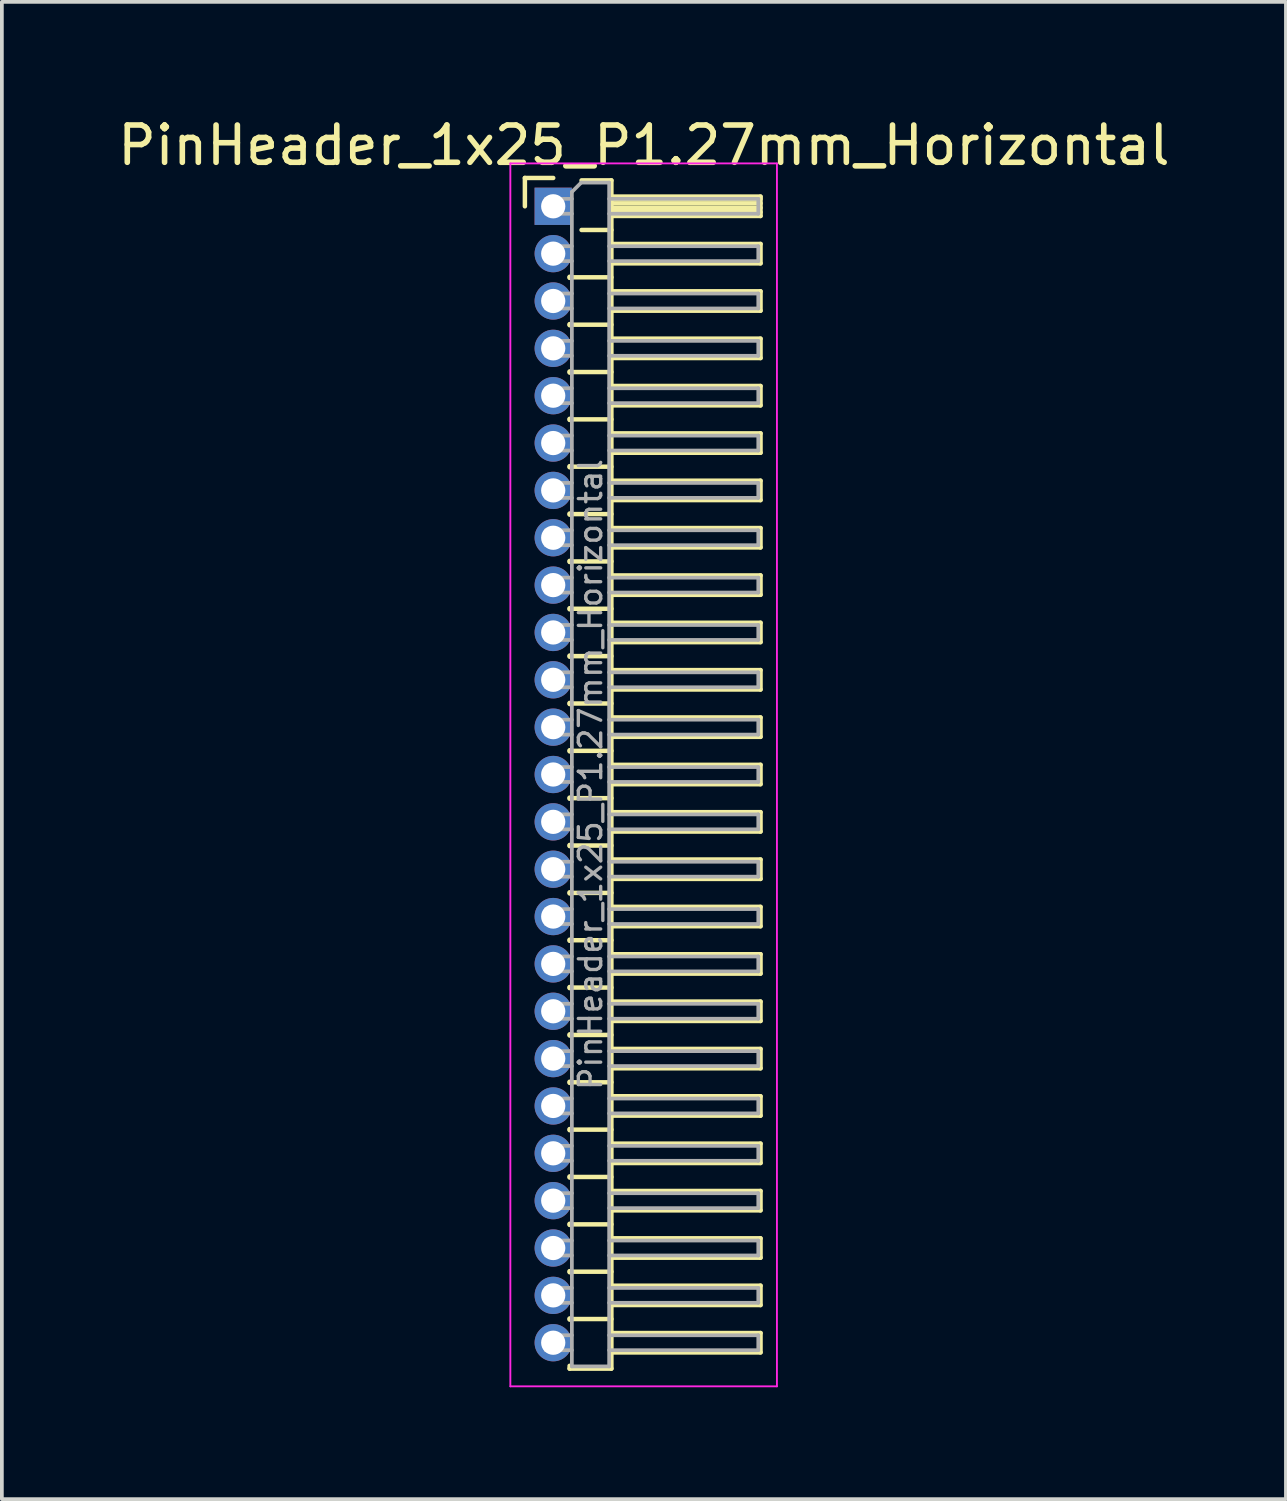
<source format=kicad_pcb>
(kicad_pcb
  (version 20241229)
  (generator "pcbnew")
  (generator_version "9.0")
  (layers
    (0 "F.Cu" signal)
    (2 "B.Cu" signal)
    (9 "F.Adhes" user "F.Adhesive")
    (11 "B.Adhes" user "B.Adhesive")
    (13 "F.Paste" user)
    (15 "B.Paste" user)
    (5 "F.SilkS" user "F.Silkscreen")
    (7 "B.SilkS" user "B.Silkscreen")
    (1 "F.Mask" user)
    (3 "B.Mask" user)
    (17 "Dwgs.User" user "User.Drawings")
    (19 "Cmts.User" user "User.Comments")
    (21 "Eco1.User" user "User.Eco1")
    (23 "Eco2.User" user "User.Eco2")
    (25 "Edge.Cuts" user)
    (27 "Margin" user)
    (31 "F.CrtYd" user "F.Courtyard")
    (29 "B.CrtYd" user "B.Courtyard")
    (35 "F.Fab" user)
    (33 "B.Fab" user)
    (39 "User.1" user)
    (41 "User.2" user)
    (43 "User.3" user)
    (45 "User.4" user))
  (footprint "PinHeader_1x25_P1.27mm_Horizontal"
    (layer "F.Cu")
    (at 11.788 2.483)
    (property "Reference" "PinHeader_1x25_P1.27mm_Horizontal" (at 2.433 -1.635 0) (layer "F.SilkS") (effects (font (size 1 1) (thickness 0.15))))
    (attr through_hole)
    (fp_line (start -0.76 -0.76) (end 0 -0.76) (stroke (width 0.12) (type solid)) (layer "F.SilkS"))
    (fp_line (start -0.76 0) (end -0.76 -0.76) (stroke (width 0.12) (type solid)) (layer "F.SilkS"))
    (fp_line (start 0.44 1.89) (end 0.44 1.92) (stroke (width 0.12) (type solid)) (layer "F.SilkS"))
    (fp_line (start 0.44 1.905) (end 1.56 1.905) (stroke (width 0.12) (type solid)) (layer "F.SilkS"))
    (fp_line (start 0.44 3.16) (end 0.44 3.19) (stroke (width 0.12) (type solid)) (layer "F.SilkS"))
    (fp_line (start 0.44 3.175) (end 1.56 3.175) (stroke (width 0.12) (type solid)) (layer "F.SilkS"))
    (fp_line (start 0.44 4.43) (end 0.44 4.46) (stroke (width 0.12) (type solid)) (layer "F.SilkS"))
    (fp_line (start 0.44 4.445) (end 1.56 4.445) (stroke (width 0.12) (type solid)) (layer "F.SilkS"))
    (fp_line (start 0.44 5.7) (end 0.44 5.73) (stroke (width 0.12) (type solid)) (layer "F.SilkS"))
    (fp_line (start 0.44 5.715) (end 1.56 5.715) (stroke (width 0.12) (type solid)) (layer "F.SilkS"))
    (fp_line (start 0.44 6.97) (end 0.44 7) (stroke (width 0.12) (type solid)) (layer "F.SilkS"))
    (fp_line (start 0.44 6.985) (end 1.56 6.985) (stroke (width 0.12) (type solid)) (layer "F.SilkS"))
    (fp_line (start 0.44 8.24) (end 0.44 8.27) (stroke (width 0.12) (type solid)) (layer "F.SilkS"))
    (fp_line (start 0.44 8.255) (end 1.56 8.255) (stroke (width 0.12) (type solid)) (layer "F.SilkS"))
    (fp_line (start 0.44 9.51) (end 0.44 9.54) (stroke (width 0.12) (type solid)) (layer "F.SilkS"))
    (fp_line (start 0.44 9.525) (end 1.56 9.525) (stroke (width 0.12) (type solid)) (layer "F.SilkS"))
    (fp_line (start 0.44 10.78) (end 0.44 10.81) (stroke (width 0.12) (type solid)) (layer "F.SilkS"))
    (fp_line (start 0.44 10.795) (end 1.56 10.795) (stroke (width 0.12) (type solid)) (layer "F.SilkS"))
    (fp_line (start 0.44 12.05) (end 0.44 12.08) (stroke (width 0.12) (type solid)) (layer "F.SilkS"))
    (fp_line (start 0.44 12.065) (end 1.56 12.065) (stroke (width 0.12) (type solid)) (layer "F.SilkS"))
    (fp_line (start 0.44 13.32) (end 0.44 13.35) (stroke (width 0.12) (type solid)) (layer "F.SilkS"))
    (fp_line (start 0.44 13.335) (end 1.56 13.335) (stroke (width 0.12) (type solid)) (layer "F.SilkS"))
    (fp_line (start 0.44 14.59) (end 0.44 14.62) (stroke (width 0.12) (type solid)) (layer "F.SilkS"))
    (fp_line (start 0.44 14.605) (end 1.56 14.605) (stroke (width 0.12) (type solid)) (layer "F.SilkS"))
    (fp_line (start 0.44 15.86) (end 0.44 15.89) (stroke (width 0.12) (type solid)) (layer "F.SilkS"))
    (fp_line (start 0.44 15.875) (end 1.56 15.875) (stroke (width 0.12) (type solid)) (layer "F.SilkS"))
    (fp_line (start 0.44 17.13) (end 0.44 17.16) (stroke (width 0.12) (type solid)) (layer "F.SilkS"))
    (fp_line (start 0.44 17.145) (end 1.56 17.145) (stroke (width 0.12) (type solid)) (layer "F.SilkS"))
    (fp_line (start 0.44 18.4) (end 0.44 18.43) (stroke (width 0.12) (type solid)) (layer "F.SilkS"))
    (fp_line (start 0.44 18.415) (end 1.56 18.415) (stroke (width 0.12) (type solid)) (layer "F.SilkS"))
    (fp_line (start 0.44 19.67) (end 0.44 19.7) (stroke (width 0.12) (type solid)) (layer "F.SilkS"))
    (fp_line (start 0.44 19.685) (end 1.56 19.685) (stroke (width 0.12) (type solid)) (layer "F.SilkS"))
    (fp_line (start 0.44 20.94) (end 0.44 20.97) (stroke (width 0.12) (type solid)) (layer "F.SilkS"))
    (fp_line (start 0.44 20.955) (end 1.56 20.955) (stroke (width 0.12) (type solid)) (layer "F.SilkS"))
    (fp_line (start 0.44 22.21) (end 0.44 22.24) (stroke (width 0.12) (type solid)) (layer "F.SilkS"))
    (fp_line (start 0.44 22.225) (end 1.56 22.225) (stroke (width 0.12) (type solid)) (layer "F.SilkS"))
    (fp_line (start 0.44 23.48) (end 0.44 23.51) (stroke (width 0.12) (type solid)) (layer "F.SilkS"))
    (fp_line (start 0.44 23.495) (end 1.56 23.495) (stroke (width 0.12) (type solid)) (layer "F.SilkS"))
    (fp_line (start 0.44 24.75) (end 0.44 24.78) (stroke (width 0.12) (type solid)) (layer "F.SilkS"))
    (fp_line (start 0.44 24.765) (end 1.56 24.765) (stroke (width 0.12) (type solid)) (layer "F.SilkS"))
    (fp_line (start 0.44 26.02) (end 0.44 26.05) (stroke (width 0.12) (type solid)) (layer "F.SilkS"))
    (fp_line (start 0.44 26.035) (end 1.56 26.035) (stroke (width 0.12) (type solid)) (layer "F.SilkS"))
    (fp_line (start 0.44 27.29) (end 0.44 27.32) (stroke (width 0.12) (type solid)) (layer "F.SilkS"))
    (fp_line (start 0.44 27.305) (end 1.56 27.305) (stroke (width 0.12) (type solid)) (layer "F.SilkS"))
    (fp_line (start 0.44 28.56) (end 0.44 28.59) (stroke (width 0.12) (type solid)) (layer "F.SilkS"))
    (fp_line (start 0.44 28.575) (end 1.56 28.575) (stroke (width 0.12) (type solid)) (layer "F.SilkS"))
    (fp_line (start 0.44 29.83) (end 0.44 29.86) (stroke (width 0.12) (type solid)) (layer "F.SilkS"))
    (fp_line (start 0.44 29.845) (end 1.56 29.845) (stroke (width 0.12) (type solid)) (layer "F.SilkS"))
    (fp_line (start 0.44 31.175) (end 0.44 31.1) (stroke (width 0.12) (type solid)) (layer "F.SilkS"))
    (fp_line (start 0.76 -0.695) (end 1.56 -0.695) (stroke (width 0.12) (type solid)) (layer "F.SilkS"))
    (fp_line (start 0.76 0.635) (end 1.56 0.635) (stroke (width 0.12) (type solid)) (layer "F.SilkS"))
    (fp_line (start 1.56 -0.695) (end 1.56 31.175) (stroke (width 0.12) (type solid)) (layer "F.SilkS"))
    (fp_line (start 1.56 -0.26) (end 5.56 -0.26) (stroke (width 0.12) (type solid)) (layer "F.SilkS"))
    (fp_line (start 1.56 -0.2) (end 5.56 -0.2) (stroke (width 0.12) (type solid)) (layer "F.SilkS"))
    (fp_line (start 1.56 -0.08) (end 5.56 -0.08) (stroke (width 0.12) (type solid)) (layer "F.SilkS"))
    (fp_line (start 1.56 0.04) (end 5.56 0.04) (stroke (width 0.12) (type solid)) (layer "F.SilkS"))
    (fp_line (start 1.56 0.16) (end 5.56 0.16) (stroke (width 0.12) (type solid)) (layer "F.SilkS"))
    (fp_line (start 1.56 1.01) (end 5.56 1.01) (stroke (width 0.12) (type solid)) (layer "F.SilkS"))
    (fp_line (start 1.56 2.28) (end 5.56 2.28) (stroke (width 0.12) (type solid)) (layer "F.SilkS"))
    (fp_line (start 1.56 3.55) (end 5.56 3.55) (stroke (width 0.12) (type solid)) (layer "F.SilkS"))
    (fp_line (start 1.56 4.82) (end 5.56 4.82) (stroke (width 0.12) (type solid)) (layer "F.SilkS"))
    (fp_line (start 1.56 6.09) (end 5.56 6.09) (stroke (width 0.12) (type solid)) (layer "F.SilkS"))
    (fp_line (start 1.56 7.36) (end 5.56 7.36) (stroke (width 0.12) (type solid)) (layer "F.SilkS"))
    (fp_line (start 1.56 8.63) (end 5.56 8.63) (stroke (width 0.12) (type solid)) (layer "F.SilkS"))
    (fp_line (start 1.56 9.9) (end 5.56 9.9) (stroke (width 0.12) (type solid)) (layer "F.SilkS"))
    (fp_line (start 1.56 11.17) (end 5.56 11.17) (stroke (width 0.12) (type solid)) (layer "F.SilkS"))
    (fp_line (start 1.56 12.44) (end 5.56 12.44) (stroke (width 0.12) (type solid)) (layer "F.SilkS"))
    (fp_line (start 1.56 13.71) (end 5.56 13.71) (stroke (width 0.12) (type solid)) (layer "F.SilkS"))
    (fp_line (start 1.56 14.98) (end 5.56 14.98) (stroke (width 0.12) (type solid)) (layer "F.SilkS"))
    (fp_line (start 1.56 16.25) (end 5.56 16.25) (stroke (width 0.12) (type solid)) (layer "F.SilkS"))
    (fp_line (start 1.56 17.52) (end 5.56 17.52) (stroke (width 0.12) (type solid)) (layer "F.SilkS"))
    (fp_line (start 1.56 18.79) (end 5.56 18.79) (stroke (width 0.12) (type solid)) (layer "F.SilkS"))
    (fp_line (start 1.56 20.06) (end 5.56 20.06) (stroke (width 0.12) (type solid)) (layer "F.SilkS"))
    (fp_line (start 1.56 21.33) (end 5.56 21.33) (stroke (width 0.12) (type solid)) (layer "F.SilkS"))
    (fp_line (start 1.56 22.6) (end 5.56 22.6) (stroke (width 0.12) (type solid)) (layer "F.SilkS"))
    (fp_line (start 1.56 23.87) (end 5.56 23.87) (stroke (width 0.12) (type solid)) (layer "F.SilkS"))
    (fp_line (start 1.56 25.14) (end 5.56 25.14) (stroke (width 0.12) (type solid)) (layer "F.SilkS"))
    (fp_line (start 1.56 26.41) (end 5.56 26.41) (stroke (width 0.12) (type solid)) (layer "F.SilkS"))
    (fp_line (start 1.56 27.68) (end 5.56 27.68) (stroke (width 0.12) (type solid)) (layer "F.SilkS"))
    (fp_line (start 1.56 28.95) (end 5.56 28.95) (stroke (width 0.12) (type solid)) (layer "F.SilkS"))
    (fp_line (start 1.56 30.22) (end 5.56 30.22) (stroke (width 0.12) (type solid)) (layer "F.SilkS"))
    (fp_line (start 1.56 31.175) (end 0.44 31.175) (stroke (width 0.12) (type solid)) (layer "F.SilkS"))
    (fp_line (start 5.56 -0.26) (end 5.56 0.26) (stroke (width 0.12) (type solid)) (layer "F.SilkS"))
    (fp_line (start 5.56 0.26) (end 1.56 0.26) (stroke (width 0.12) (type solid)) (layer "F.SilkS"))
    (fp_line (start 5.56 1.01) (end 5.56 1.53) (stroke (width 0.12) (type solid)) (layer "F.SilkS"))
    (fp_line (start 5.56 1.53) (end 1.56 1.53) (stroke (width 0.12) (type solid)) (layer "F.SilkS"))
    (fp_line (start 5.56 2.28) (end 5.56 2.8) (stroke (width 0.12) (type solid)) (layer "F.SilkS"))
    (fp_line (start 5.56 2.8) (end 1.56 2.8) (stroke (width 0.12) (type solid)) (layer "F.SilkS"))
    (fp_line (start 5.56 3.55) (end 5.56 4.07) (stroke (width 0.12) (type solid)) (layer "F.SilkS"))
    (fp_line (start 5.56 4.07) (end 1.56 4.07) (stroke (width 0.12) (type solid)) (layer "F.SilkS"))
    (fp_line (start 5.56 4.82) (end 5.56 5.34) (stroke (width 0.12) (type solid)) (layer "F.SilkS"))
    (fp_line (start 5.56 5.34) (end 1.56 5.34) (stroke (width 0.12) (type solid)) (layer "F.SilkS"))
    (fp_line (start 5.56 6.09) (end 5.56 6.61) (stroke (width 0.12) (type solid)) (layer "F.SilkS"))
    (fp_line (start 5.56 6.61) (end 1.56 6.61) (stroke (width 0.12) (type solid)) (layer "F.SilkS"))
    (fp_line (start 5.56 7.36) (end 5.56 7.88) (stroke (width 0.12) (type solid)) (layer "F.SilkS"))
    (fp_line (start 5.56 7.88) (end 1.56 7.88) (stroke (width 0.12) (type solid)) (layer "F.SilkS"))
    (fp_line (start 5.56 8.63) (end 5.56 9.15) (stroke (width 0.12) (type solid)) (layer "F.SilkS"))
    (fp_line (start 5.56 9.15) (end 1.56 9.15) (stroke (width 0.12) (type solid)) (layer "F.SilkS"))
    (fp_line (start 5.56 9.9) (end 5.56 10.42) (stroke (width 0.12) (type solid)) (layer "F.SilkS"))
    (fp_line (start 5.56 10.42) (end 1.56 10.42) (stroke (width 0.12) (type solid)) (layer "F.SilkS"))
    (fp_line (start 5.56 11.17) (end 5.56 11.69) (stroke (width 0.12) (type solid)) (layer "F.SilkS"))
    (fp_line (start 5.56 11.69) (end 1.56 11.69) (stroke (width 0.12) (type solid)) (layer "F.SilkS"))
    (fp_line (start 5.56 12.44) (end 5.56 12.96) (stroke (width 0.12) (type solid)) (layer "F.SilkS"))
    (fp_line (start 5.56 12.96) (end 1.56 12.96) (stroke (width 0.12) (type solid)) (layer "F.SilkS"))
    (fp_line (start 5.56 13.71) (end 5.56 14.23) (stroke (width 0.12) (type solid)) (layer "F.SilkS"))
    (fp_line (start 5.56 14.23) (end 1.56 14.23) (stroke (width 0.12) (type solid)) (layer "F.SilkS"))
    (fp_line (start 5.56 14.98) (end 5.56 15.5) (stroke (width 0.12) (type solid)) (layer "F.SilkS"))
    (fp_line (start 5.56 15.5) (end 1.56 15.5) (stroke (width 0.12) (type solid)) (layer "F.SilkS"))
    (fp_line (start 5.56 16.25) (end 5.56 16.77) (stroke (width 0.12) (type solid)) (layer "F.SilkS"))
    (fp_line (start 5.56 16.77) (end 1.56 16.77) (stroke (width 0.12) (type solid)) (layer "F.SilkS"))
    (fp_line (start 5.56 17.52) (end 5.56 18.04) (stroke (width 0.12) (type solid)) (layer "F.SilkS"))
    (fp_line (start 5.56 18.04) (end 1.56 18.04) (stroke (width 0.12) (type solid)) (layer "F.SilkS"))
    (fp_line (start 5.56 18.79) (end 5.56 19.31) (stroke (width 0.12) (type solid)) (layer "F.SilkS"))
    (fp_line (start 5.56 19.31) (end 1.56 19.31) (stroke (width 0.12) (type solid)) (layer "F.SilkS"))
    (fp_line (start 5.56 20.06) (end 5.56 20.58) (stroke (width 0.12) (type solid)) (layer "F.SilkS"))
    (fp_line (start 5.56 20.58) (end 1.56 20.58) (stroke (width 0.12) (type solid)) (layer "F.SilkS"))
    (fp_line (start 5.56 21.33) (end 5.56 21.85) (stroke (width 0.12) (type solid)) (layer "F.SilkS"))
    (fp_line (start 5.56 21.85) (end 1.56 21.85) (stroke (width 0.12) (type solid)) (layer "F.SilkS"))
    (fp_line (start 5.56 22.6) (end 5.56 23.12) (stroke (width 0.12) (type solid)) (layer "F.SilkS"))
    (fp_line (start 5.56 23.12) (end 1.56 23.12) (stroke (width 0.12) (type solid)) (layer "F.SilkS"))
    (fp_line (start 5.56 23.87) (end 5.56 24.39) (stroke (width 0.12) (type solid)) (layer "F.SilkS"))
    (fp_line (start 5.56 24.39) (end 1.56 24.39) (stroke (width 0.12) (type solid)) (layer "F.SilkS"))
    (fp_line (start 5.56 25.14) (end 5.56 25.66) (stroke (width 0.12) (type solid)) (layer "F.SilkS"))
    (fp_line (start 5.56 25.66) (end 1.56 25.66) (stroke (width 0.12) (type solid)) (layer "F.SilkS"))
    (fp_line (start 5.56 26.41) (end 5.56 26.93) (stroke (width 0.12) (type solid)) (layer "F.SilkS"))
    (fp_line (start 5.56 26.93) (end 1.56 26.93) (stroke (width 0.12) (type solid)) (layer "F.SilkS"))
    (fp_line (start 5.56 27.68) (end 5.56 28.2) (stroke (width 0.12) (type solid)) (layer "F.SilkS"))
    (fp_line (start 5.56 28.2) (end 1.56 28.2) (stroke (width 0.12) (type solid)) (layer "F.SilkS"))
    (fp_line (start 5.56 28.95) (end 5.56 29.47) (stroke (width 0.12) (type solid)) (layer "F.SilkS"))
    (fp_line (start 5.56 29.47) (end 1.56 29.47) (stroke (width 0.12) (type solid)) (layer "F.SilkS"))
    (fp_line (start 5.56 30.22) (end 5.56 30.74) (stroke (width 0.12) (type solid)) (layer "F.SilkS"))
    (fp_line (start 5.56 30.74) (end 1.56 30.74) (stroke (width 0.12) (type solid)) (layer "F.SilkS"))
    (fp_line (start -1.15 -1.15) (end -1.15 31.65) (stroke (width 0.05) (type solid)) (layer "F.CrtYd"))
    (fp_line (start -1.15 31.65) (end 6 31.65) (stroke (width 0.05) (type solid)) (layer "F.CrtYd"))
    (fp_line (start 6 -1.15) (end -1.15 -1.15) (stroke (width 0.05) (type solid)) (layer "F.CrtYd"))
    (fp_line (start 6 31.65) (end 6 -1.15) (stroke (width 0.05) (type solid)) (layer "F.CrtYd"))
    (fp_line (start -0.2 -0.2) (end -0.2 0.2) (stroke (width 0.1) (type solid)) (layer "F.Fab"))
    (fp_line (start -0.2 -0.2) (end 0.5 -0.2) (stroke (width 0.1) (type solid)) (layer "F.Fab"))
    (fp_line (start -0.2 0.2) (end 0.5 0.2) (stroke (width 0.1) (type solid)) (layer "F.Fab"))
    (fp_line (start -0.2 1.07) (end -0.2 1.47) (stroke (width 0.1) (type solid)) (layer "F.Fab"))
    (fp_line (start -0.2 1.07) (end 0.5 1.07) (stroke (width 0.1) (type solid)) (layer "F.Fab"))
    (fp_line (start -0.2 1.47) (end 0.5 1.47) (stroke (width 0.1) (type solid)) (layer "F.Fab"))
    (fp_line (start -0.2 2.34) (end -0.2 2.74) (stroke (width 0.1) (type solid)) (layer "F.Fab"))
    (fp_line (start -0.2 2.34) (end 0.5 2.34) (stroke (width 0.1) (type solid)) (layer "F.Fab"))
    (fp_line (start -0.2 2.74) (end 0.5 2.74) (stroke (width 0.1) (type solid)) (layer "F.Fab"))
    (fp_line (start -0.2 3.61) (end -0.2 4.01) (stroke (width 0.1) (type solid)) (layer "F.Fab"))
    (fp_line (start -0.2 3.61) (end 0.5 3.61) (stroke (width 0.1) (type solid)) (layer "F.Fab"))
    (fp_line (start -0.2 4.01) (end 0.5 4.01) (stroke (width 0.1) (type solid)) (layer "F.Fab"))
    (fp_line (start -0.2 4.88) (end -0.2 5.28) (stroke (width 0.1) (type solid)) (layer "F.Fab"))
    (fp_line (start -0.2 4.88) (end 0.5 4.88) (stroke (width 0.1) (type solid)) (layer "F.Fab"))
    (fp_line (start -0.2 5.28) (end 0.5 5.28) (stroke (width 0.1) (type solid)) (layer "F.Fab"))
    (fp_line (start -0.2 6.15) (end -0.2 6.55) (stroke (width 0.1) (type solid)) (layer "F.Fab"))
    (fp_line (start -0.2 6.15) (end 0.5 6.15) (stroke (width 0.1) (type solid)) (layer "F.Fab"))
    (fp_line (start -0.2 6.55) (end 0.5 6.55) (stroke (width 0.1) (type solid)) (layer "F.Fab"))
    (fp_line (start -0.2 7.42) (end -0.2 7.82) (stroke (width 0.1) (type solid)) (layer "F.Fab"))
    (fp_line (start -0.2 7.42) (end 0.5 7.42) (stroke (width 0.1) (type solid)) (layer "F.Fab"))
    (fp_line (start -0.2 7.82) (end 0.5 7.82) (stroke (width 0.1) (type solid)) (layer "F.Fab"))
    (fp_line (start -0.2 8.69) (end -0.2 9.09) (stroke (width 0.1) (type solid)) (layer "F.Fab"))
    (fp_line (start -0.2 8.69) (end 0.5 8.69) (stroke (width 0.1) (type solid)) (layer "F.Fab"))
    (fp_line (start -0.2 9.09) (end 0.5 9.09) (stroke (width 0.1) (type solid)) (layer "F.Fab"))
    (fp_line (start -0.2 9.96) (end -0.2 10.36) (stroke (width 0.1) (type solid)) (layer "F.Fab"))
    (fp_line (start -0.2 9.96) (end 0.5 9.96) (stroke (width 0.1) (type solid)) (layer "F.Fab"))
    (fp_line (start -0.2 10.36) (end 0.5 10.36) (stroke (width 0.1) (type solid)) (layer "F.Fab"))
    (fp_line (start -0.2 11.23) (end -0.2 11.63) (stroke (width 0.1) (type solid)) (layer "F.Fab"))
    (fp_line (start -0.2 11.23) (end 0.5 11.23) (stroke (width 0.1) (type solid)) (layer "F.Fab"))
    (fp_line (start -0.2 11.63) (end 0.5 11.63) (stroke (width 0.1) (type solid)) (layer "F.Fab"))
    (fp_line (start -0.2 12.5) (end -0.2 12.9) (stroke (width 0.1) (type solid)) (layer "F.Fab"))
    (fp_line (start -0.2 12.5) (end 0.5 12.5) (stroke (width 0.1) (type solid)) (layer "F.Fab"))
    (fp_line (start -0.2 12.9) (end 0.5 12.9) (stroke (width 0.1) (type solid)) (layer "F.Fab"))
    (fp_line (start -0.2 13.77) (end -0.2 14.17) (stroke (width 0.1) (type solid)) (layer "F.Fab"))
    (fp_line (start -0.2 13.77) (end 0.5 13.77) (stroke (width 0.1) (type solid)) (layer "F.Fab"))
    (fp_line (start -0.2 14.17) (end 0.5 14.17) (stroke (width 0.1) (type solid)) (layer "F.Fab"))
    (fp_line (start -0.2 15.04) (end -0.2 15.44) (stroke (width 0.1) (type solid)) (layer "F.Fab"))
    (fp_line (start -0.2 15.04) (end 0.5 15.04) (stroke (width 0.1) (type solid)) (layer "F.Fab"))
    (fp_line (start -0.2 15.44) (end 0.5 15.44) (stroke (width 0.1) (type solid)) (layer "F.Fab"))
    (fp_line (start -0.2 16.31) (end -0.2 16.71) (stroke (width 0.1) (type solid)) (layer "F.Fab"))
    (fp_line (start -0.2 16.31) (end 0.5 16.31) (stroke (width 0.1) (type solid)) (layer "F.Fab"))
    (fp_line (start -0.2 16.71) (end 0.5 16.71) (stroke (width 0.1) (type solid)) (layer "F.Fab"))
    (fp_line (start -0.2 17.58) (end -0.2 17.98) (stroke (width 0.1) (type solid)) (layer "F.Fab"))
    (fp_line (start -0.2 17.58) (end 0.5 17.58) (stroke (width 0.1) (type solid)) (layer "F.Fab"))
    (fp_line (start -0.2 17.98) (end 0.5 17.98) (stroke (width 0.1) (type solid)) (layer "F.Fab"))
    (fp_line (start -0.2 18.85) (end -0.2 19.25) (stroke (width 0.1) (type solid)) (layer "F.Fab"))
    (fp_line (start -0.2 18.85) (end 0.5 18.85) (stroke (width 0.1) (type solid)) (layer "F.Fab"))
    (fp_line (start -0.2 19.25) (end 0.5 19.25) (stroke (width 0.1) (type solid)) (layer "F.Fab"))
    (fp_line (start -0.2 20.12) (end -0.2 20.52) (stroke (width 0.1) (type solid)) (layer "F.Fab"))
    (fp_line (start -0.2 20.12) (end 0.5 20.12) (stroke (width 0.1) (type solid)) (layer "F.Fab"))
    (fp_line (start -0.2 20.52) (end 0.5 20.52) (stroke (width 0.1) (type solid)) (layer "F.Fab"))
    (fp_line (start -0.2 21.39) (end -0.2 21.79) (stroke (width 0.1) (type solid)) (layer "F.Fab"))
    (fp_line (start -0.2 21.39) (end 0.5 21.39) (stroke (width 0.1) (type solid)) (layer "F.Fab"))
    (fp_line (start -0.2 21.79) (end 0.5 21.79) (stroke (width 0.1) (type solid)) (layer "F.Fab"))
    (fp_line (start -0.2 22.66) (end -0.2 23.06) (stroke (width 0.1) (type solid)) (layer "F.Fab"))
    (fp_line (start -0.2 22.66) (end 0.5 22.66) (stroke (width 0.1) (type solid)) (layer "F.Fab"))
    (fp_line (start -0.2 23.06) (end 0.5 23.06) (stroke (width 0.1) (type solid)) (layer "F.Fab"))
    (fp_line (start -0.2 23.93) (end -0.2 24.33) (stroke (width 0.1) (type solid)) (layer "F.Fab"))
    (fp_line (start -0.2 23.93) (end 0.5 23.93) (stroke (width 0.1) (type solid)) (layer "F.Fab"))
    (fp_line (start -0.2 24.33) (end 0.5 24.33) (stroke (width 0.1) (type solid)) (layer "F.Fab"))
    (fp_line (start -0.2 25.2) (end -0.2 25.6) (stroke (width 0.1) (type solid)) (layer "F.Fab"))
    (fp_line (start -0.2 25.2) (end 0.5 25.2) (stroke (width 0.1) (type solid)) (layer "F.Fab"))
    (fp_line (start -0.2 25.6) (end 0.5 25.6) (stroke (width 0.1) (type solid)) (layer "F.Fab"))
    (fp_line (start -0.2 26.47) (end -0.2 26.87) (stroke (width 0.1) (type solid)) (layer "F.Fab"))
    (fp_line (start -0.2 26.47) (end 0.5 26.47) (stroke (width 0.1) (type solid)) (layer "F.Fab"))
    (fp_line (start -0.2 26.87) (end 0.5 26.87) (stroke (width 0.1) (type solid)) (layer "F.Fab"))
    (fp_line (start -0.2 27.74) (end -0.2 28.14) (stroke (width 0.1) (type solid)) (layer "F.Fab"))
    (fp_line (start -0.2 27.74) (end 0.5 27.74) (stroke (width 0.1) (type solid)) (layer "F.Fab"))
    (fp_line (start -0.2 28.14) (end 0.5 28.14) (stroke (width 0.1) (type solid)) (layer "F.Fab"))
    (fp_line (start -0.2 29.01) (end -0.2 29.41) (stroke (width 0.1) (type solid)) (layer "F.Fab"))
    (fp_line (start -0.2 29.01) (end 0.5 29.01) (stroke (width 0.1) (type solid)) (layer "F.Fab"))
    (fp_line (start -0.2 29.41) (end 0.5 29.41) (stroke (width 0.1) (type solid)) (layer "F.Fab"))
    (fp_line (start -0.2 30.28) (end -0.2 30.68) (stroke (width 0.1) (type solid)) (layer "F.Fab"))
    (fp_line (start -0.2 30.28) (end 0.5 30.28) (stroke (width 0.1) (type solid)) (layer "F.Fab"))
    (fp_line (start -0.2 30.68) (end 0.5 30.68) (stroke (width 0.1) (type solid)) (layer "F.Fab"))
    (fp_line (start 0.5 -0.385) (end 0.75 -0.635) (stroke (width 0.1) (type solid)) (layer "F.Fab"))
    (fp_line (start 0.5 31.115) (end 0.5 -0.385) (stroke (width 0.1) (type solid)) (layer "F.Fab"))
    (fp_line (start 0.75 -0.635) (end 1.5 -0.635) (stroke (width 0.1) (type solid)) (layer "F.Fab"))
    (fp_line (start 1.5 -0.635) (end 1.5 31.115) (stroke (width 0.1) (type solid)) (layer "F.Fab"))
    (fp_line (start 1.5 -0.2) (end 5.5 -0.2) (stroke (width 0.1) (type solid)) (layer "F.Fab"))
    (fp_line (start 1.5 0.2) (end 5.5 0.2) (stroke (width 0.1) (type solid)) (layer "F.Fab"))
    (fp_line (start 1.5 1.07) (end 5.5 1.07) (stroke (width 0.1) (type solid)) (layer "F.Fab"))
    (fp_line (start 1.5 1.47) (end 5.5 1.47) (stroke (width 0.1) (type solid)) (layer "F.Fab"))
    (fp_line (start 1.5 2.34) (end 5.5 2.34) (stroke (width 0.1) (type solid)) (layer "F.Fab"))
    (fp_line (start 1.5 2.74) (end 5.5 2.74) (stroke (width 0.1) (type solid)) (layer "F.Fab"))
    (fp_line (start 1.5 3.61) (end 5.5 3.61) (stroke (width 0.1) (type solid)) (layer "F.Fab"))
    (fp_line (start 1.5 4.01) (end 5.5 4.01) (stroke (width 0.1) (type solid)) (layer "F.Fab"))
    (fp_line (start 1.5 4.88) (end 5.5 4.88) (stroke (width 0.1) (type solid)) (layer "F.Fab"))
    (fp_line (start 1.5 5.28) (end 5.5 5.28) (stroke (width 0.1) (type solid)) (layer "F.Fab"))
    (fp_line (start 1.5 6.15) (end 5.5 6.15) (stroke (width 0.1) (type solid)) (layer "F.Fab"))
    (fp_line (start 1.5 6.55) (end 5.5 6.55) (stroke (width 0.1) (type solid)) (layer "F.Fab"))
    (fp_line (start 1.5 7.42) (end 5.5 7.42) (stroke (width 0.1) (type solid)) (layer "F.Fab"))
    (fp_line (start 1.5 7.82) (end 5.5 7.82) (stroke (width 0.1) (type solid)) (layer "F.Fab"))
    (fp_line (start 1.5 8.69) (end 5.5 8.69) (stroke (width 0.1) (type solid)) (layer "F.Fab"))
    (fp_line (start 1.5 9.09) (end 5.5 9.09) (stroke (width 0.1) (type solid)) (layer "F.Fab"))
    (fp_line (start 1.5 9.96) (end 5.5 9.96) (stroke (width 0.1) (type solid)) (layer "F.Fab"))
    (fp_line (start 1.5 10.36) (end 5.5 10.36) (stroke (width 0.1) (type solid)) (layer "F.Fab"))
    (fp_line (start 1.5 11.23) (end 5.5 11.23) (stroke (width 0.1) (type solid)) (layer "F.Fab"))
    (fp_line (start 1.5 11.63) (end 5.5 11.63) (stroke (width 0.1) (type solid)) (layer "F.Fab"))
    (fp_line (start 1.5 12.5) (end 5.5 12.5) (stroke (width 0.1) (type solid)) (layer "F.Fab"))
    (fp_line (start 1.5 12.9) (end 5.5 12.9) (stroke (width 0.1) (type solid)) (layer "F.Fab"))
    (fp_line (start 1.5 13.77) (end 5.5 13.77) (stroke (width 0.1) (type solid)) (layer "F.Fab"))
    (fp_line (start 1.5 14.17) (end 5.5 14.17) (stroke (width 0.1) (type solid)) (layer "F.Fab"))
    (fp_line (start 1.5 15.04) (end 5.5 15.04) (stroke (width 0.1) (type solid)) (layer "F.Fab"))
    (fp_line (start 1.5 15.44) (end 5.5 15.44) (stroke (width 0.1) (type solid)) (layer "F.Fab"))
    (fp_line (start 1.5 16.31) (end 5.5 16.31) (stroke (width 0.1) (type solid)) (layer "F.Fab"))
    (fp_line (start 1.5 16.71) (end 5.5 16.71) (stroke (width 0.1) (type solid)) (layer "F.Fab"))
    (fp_line (start 1.5 17.58) (end 5.5 17.58) (stroke (width 0.1) (type solid)) (layer "F.Fab"))
    (fp_line (start 1.5 17.98) (end 5.5 17.98) (stroke (width 0.1) (type solid)) (layer "F.Fab"))
    (fp_line (start 1.5 18.85) (end 5.5 18.85) (stroke (width 0.1) (type solid)) (layer "F.Fab"))
    (fp_line (start 1.5 19.25) (end 5.5 19.25) (stroke (width 0.1) (type solid)) (layer "F.Fab"))
    (fp_line (start 1.5 20.12) (end 5.5 20.12) (stroke (width 0.1) (type solid)) (layer "F.Fab"))
    (fp_line (start 1.5 20.52) (end 5.5 20.52) (stroke (width 0.1) (type solid)) (layer "F.Fab"))
    (fp_line (start 1.5 21.39) (end 5.5 21.39) (stroke (width 0.1) (type solid)) (layer "F.Fab"))
    (fp_line (start 1.5 21.79) (end 5.5 21.79) (stroke (width 0.1) (type solid)) (layer "F.Fab"))
    (fp_line (start 1.5 22.66) (end 5.5 22.66) (stroke (width 0.1) (type solid)) (layer "F.Fab"))
    (fp_line (start 1.5 23.06) (end 5.5 23.06) (stroke (width 0.1) (type solid)) (layer "F.Fab"))
    (fp_line (start 1.5 23.93) (end 5.5 23.93) (stroke (width 0.1) (type solid)) (layer "F.Fab"))
    (fp_line (start 1.5 24.33) (end 5.5 24.33) (stroke (width 0.1) (type solid)) (layer "F.Fab"))
    (fp_line (start 1.5 25.2) (end 5.5 25.2) (stroke (width 0.1) (type solid)) (layer "F.Fab"))
    (fp_line (start 1.5 25.6) (end 5.5 25.6) (stroke (width 0.1) (type solid)) (layer "F.Fab"))
    (fp_line (start 1.5 26.47) (end 5.5 26.47) (stroke (width 0.1) (type solid)) (layer "F.Fab"))
    (fp_line (start 1.5 26.87) (end 5.5 26.87) (stroke (width 0.1) (type solid)) (layer "F.Fab"))
    (fp_line (start 1.5 27.74) (end 5.5 27.74) (stroke (width 0.1) (type solid)) (layer "F.Fab"))
    (fp_line (start 1.5 28.14) (end 5.5 28.14) (stroke (width 0.1) (type solid)) (layer "F.Fab"))
    (fp_line (start 1.5 29.01) (end 5.5 29.01) (stroke (width 0.1) (type solid)) (layer "F.Fab"))
    (fp_line (start 1.5 29.41) (end 5.5 29.41) (stroke (width 0.1) (type solid)) (layer "F.Fab"))
    (fp_line (start 1.5 30.28) (end 5.5 30.28) (stroke (width 0.1) (type solid)) (layer "F.Fab"))
    (fp_line (start 1.5 30.68) (end 5.5 30.68) (stroke (width 0.1) (type solid)) (layer "F.Fab"))
    (fp_line (start 1.5 31.115) (end 0.5 31.115) (stroke (width 0.1) (type solid)) (layer "F.Fab"))
    (fp_line (start 5.5 -0.2) (end 5.5 0.2) (stroke (width 0.1) (type solid)) (layer "F.Fab"))
    (fp_line (start 5.5 1.07) (end 5.5 1.47) (stroke (width 0.1) (type solid)) (layer "F.Fab"))
    (fp_line (start 5.5 2.34) (end 5.5 2.74) (stroke (width 0.1) (type solid)) (layer "F.Fab"))
    (fp_line (start 5.5 3.61) (end 5.5 4.01) (stroke (width 0.1) (type solid)) (layer "F.Fab"))
    (fp_line (start 5.5 4.88) (end 5.5 5.28) (stroke (width 0.1) (type solid)) (layer "F.Fab"))
    (fp_line (start 5.5 6.15) (end 5.5 6.55) (stroke (width 0.1) (type solid)) (layer "F.Fab"))
    (fp_line (start 5.5 7.42) (end 5.5 7.82) (stroke (width 0.1) (type solid)) (layer "F.Fab"))
    (fp_line (start 5.5 8.69) (end 5.5 9.09) (stroke (width 0.1) (type solid)) (layer "F.Fab"))
    (fp_line (start 5.5 9.96) (end 5.5 10.36) (stroke (width 0.1) (type solid)) (layer "F.Fab"))
    (fp_line (start 5.5 11.23) (end 5.5 11.63) (stroke (width 0.1) (type solid)) (layer "F.Fab"))
    (fp_line (start 5.5 12.5) (end 5.5 12.9) (stroke (width 0.1) (type solid)) (layer "F.Fab"))
    (fp_line (start 5.5 13.77) (end 5.5 14.17) (stroke (width 0.1) (type solid)) (layer "F.Fab"))
    (fp_line (start 5.5 15.04) (end 5.5 15.44) (stroke (width 0.1) (type solid)) (layer "F.Fab"))
    (fp_line (start 5.5 16.31) (end 5.5 16.71) (stroke (width 0.1) (type solid)) (layer "F.Fab"))
    (fp_line (start 5.5 17.58) (end 5.5 17.98) (stroke (width 0.1) (type solid)) (layer "F.Fab"))
    (fp_line (start 5.5 18.85) (end 5.5 19.25) (stroke (width 0.1) (type solid)) (layer "F.Fab"))
    (fp_line (start 5.5 20.12) (end 5.5 20.52) (stroke (width 0.1) (type solid)) (layer "F.Fab"))
    (fp_line (start 5.5 21.39) (end 5.5 21.79) (stroke (width 0.1) (type solid)) (layer "F.Fab"))
    (fp_line (start 5.5 22.66) (end 5.5 23.06) (stroke (width 0.1) (type solid)) (layer "F.Fab"))
    (fp_line (start 5.5 23.93) (end 5.5 24.33) (stroke (width 0.1) (type solid)) (layer "F.Fab"))
    (fp_line (start 5.5 25.2) (end 5.5 25.6) (stroke (width 0.1) (type solid)) (layer "F.Fab"))
    (fp_line (start 5.5 26.47) (end 5.5 26.87) (stroke (width 0.1) (type solid)) (layer "F.Fab"))
    (fp_line (start 5.5 27.74) (end 5.5 28.14) (stroke (width 0.1) (type solid)) (layer "F.Fab"))
    (fp_line (start 5.5 29.01) (end 5.5 29.41) (stroke (width 0.1) (type solid)) (layer "F.Fab"))
    (fp_line (start 5.5 30.28) (end 5.5 30.68) (stroke (width 0.1) (type solid)) (layer "F.Fab"))
    (fp_text user "${REFERENCE}" (at 1 15.24 90) (layer "F.Fab") (effects (font (size 0.6 0.6) (thickness 0.09))))
    (pad "1" thru_hole rect (at 0 0) (size 1 1) (drill 0.65) (layers "*.Cu" "*.Mask"))
    (pad "2" thru_hole oval (at 0 1.27) (size 1 1) (drill 0.65) (layers "*.Cu" "*.Mask"))
    (pad "3" thru_hole oval (at 0 2.54) (size 1 1) (drill 0.65) (layers "*.Cu" "*.Mask"))
    (pad "4" thru_hole oval (at 0 3.81) (size 1 1) (drill 0.65) (layers "*.Cu" "*.Mask"))
    (pad "5" thru_hole oval (at 0 5.08) (size 1 1) (drill 0.65) (layers "*.Cu" "*.Mask"))
    (pad "6" thru_hole oval (at 0 6.35) (size 1 1) (drill 0.65) (layers "*.Cu" "*.Mask"))
    (pad "7" thru_hole oval (at 0 7.62) (size 1 1) (drill 0.65) (layers "*.Cu" "*.Mask"))
    (pad "8" thru_hole oval (at 0 8.89) (size 1 1) (drill 0.65) (layers "*.Cu" "*.Mask"))
    (pad "9" thru_hole oval (at 0 10.16) (size 1 1) (drill 0.65) (layers "*.Cu" "*.Mask"))
    (pad "10" thru_hole oval (at 0 11.43) (size 1 1) (drill 0.65) (layers "*.Cu" "*.Mask"))
    (pad "11" thru_hole oval (at 0 12.7) (size 1 1) (drill 0.65) (layers "*.Cu" "*.Mask"))
    (pad "12" thru_hole oval (at 0 13.97) (size 1 1) (drill 0.65) (layers "*.Cu" "*.Mask"))
    (pad "13" thru_hole oval (at 0 15.24) (size 1 1) (drill 0.65) (layers "*.Cu" "*.Mask"))
    (pad "14" thru_hole oval (at 0 16.51) (size 1 1) (drill 0.65) (layers "*.Cu" "*.Mask"))
    (pad "15" thru_hole oval (at 0 17.78) (size 1 1) (drill 0.65) (layers "*.Cu" "*.Mask"))
    (pad "16" thru_hole oval (at 0 19.05) (size 1 1) (drill 0.65) (layers "*.Cu" "*.Mask"))
    (pad "17" thru_hole oval (at 0 20.32) (size 1 1) (drill 0.65) (layers "*.Cu" "*.Mask"))
    (pad "18" thru_hole oval (at 0 21.59) (size 1 1) (drill 0.65) (layers "*.Cu" "*.Mask"))
    (pad "19" thru_hole oval (at 0 22.86) (size 1 1) (drill 0.65) (layers "*.Cu" "*.Mask"))
    (pad "20" thru_hole oval (at 0 24.13) (size 1 1) (drill 0.65) (layers "*.Cu" "*.Mask"))
    (pad "21" thru_hole oval (at 0 25.4) (size 1 1) (drill 0.65) (layers "*.Cu" "*.Mask"))
    (pad "22" thru_hole oval (at 0 26.67) (size 1 1) (drill 0.65) (layers "*.Cu" "*.Mask"))
    (pad "23" thru_hole oval (at 0 27.94) (size 1 1) (drill 0.65) (layers "*.Cu" "*.Mask"))
    (pad "24" thru_hole oval (at 0 29.21) (size 1 1) (drill 0.65) (layers "*.Cu" "*.Mask"))
    (pad "25" thru_hole oval (at 0 30.48) (size 1 1) (drill 0.65) (layers "*.Cu" "*.Mask")))
  (gr_rect
    (start -3 -3)
    (end 31.44 37.158)
    (stroke (width 0.1) (type default))
    (fill no)
    (layer "Edge.Cuts")))
</source>
